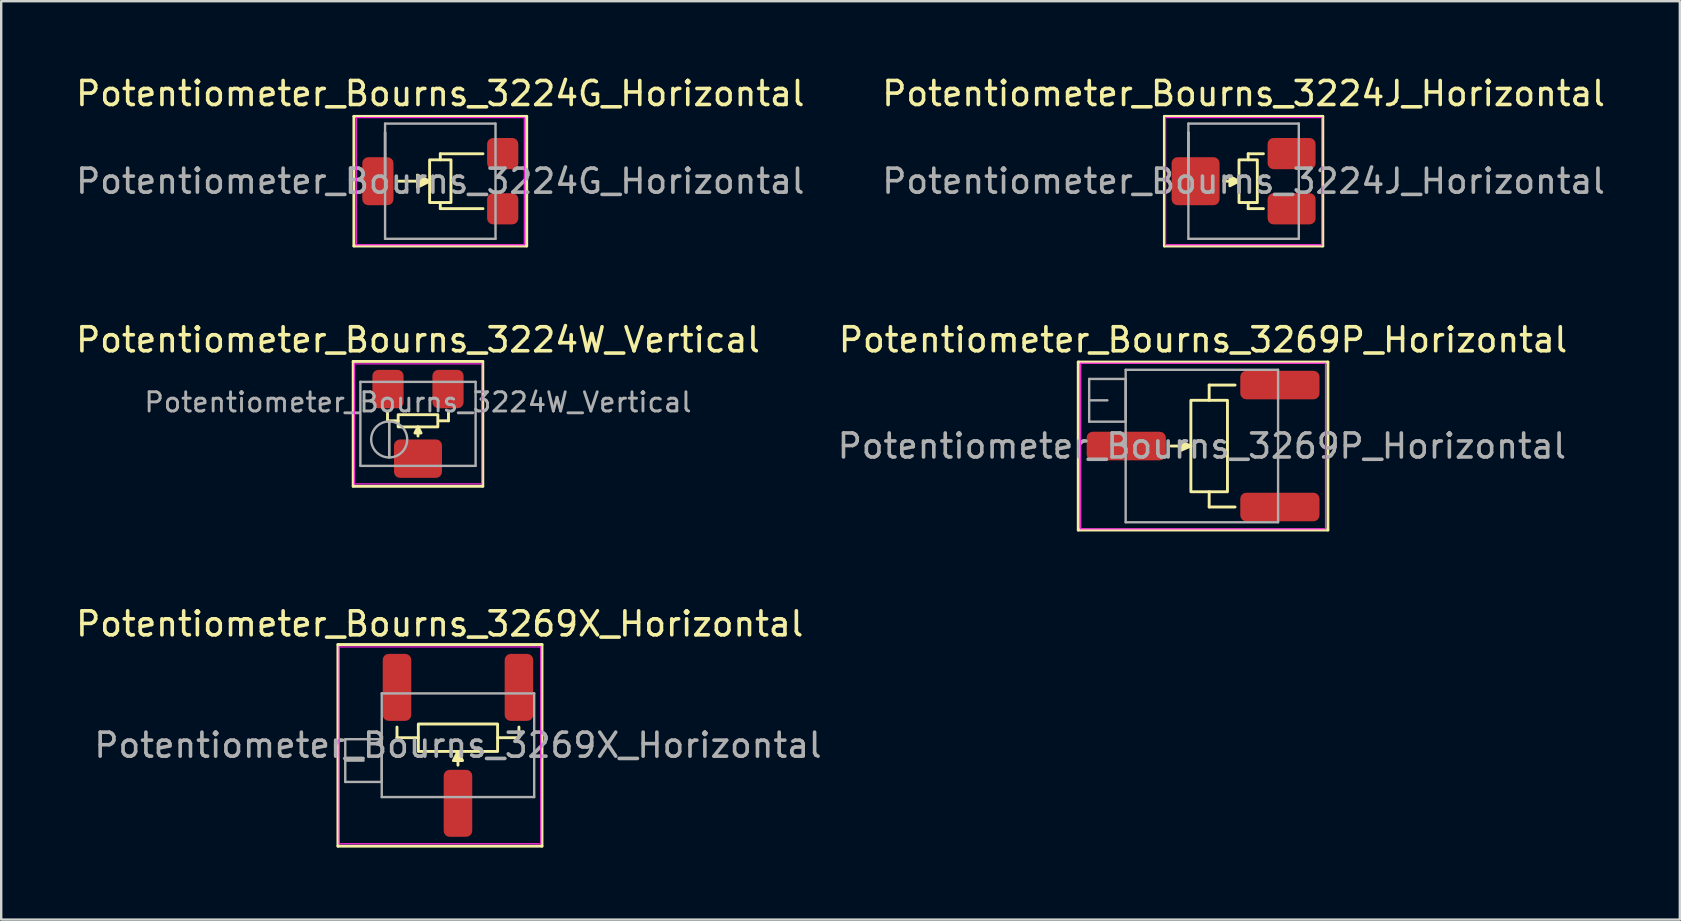
<source format=kicad_pcb>
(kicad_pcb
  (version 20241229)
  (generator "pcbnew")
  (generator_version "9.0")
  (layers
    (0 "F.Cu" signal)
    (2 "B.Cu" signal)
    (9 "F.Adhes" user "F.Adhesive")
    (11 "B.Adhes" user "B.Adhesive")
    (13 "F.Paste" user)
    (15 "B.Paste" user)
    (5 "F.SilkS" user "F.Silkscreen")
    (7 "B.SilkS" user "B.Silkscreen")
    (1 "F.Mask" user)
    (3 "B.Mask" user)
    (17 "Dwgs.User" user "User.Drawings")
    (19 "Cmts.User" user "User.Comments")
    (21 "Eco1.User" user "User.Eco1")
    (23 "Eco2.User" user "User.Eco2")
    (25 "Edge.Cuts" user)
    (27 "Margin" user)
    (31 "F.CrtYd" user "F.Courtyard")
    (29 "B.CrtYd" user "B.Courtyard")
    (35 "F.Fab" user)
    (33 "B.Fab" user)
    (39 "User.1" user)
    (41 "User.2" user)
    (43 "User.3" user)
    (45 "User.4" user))
  (footprint "Potentiometer_Bourns_3269P_Horizontal"
    (layer "F.Cu")
    (at 47.068 15.531)
    (property "Reference" "Potentiometer_Bourns_3269P_Horizontal" (at 0 -4.425 0) (layer "F.SilkS") (effects (font (size 1 1) (thickness 0.15))))
    (attr smd)
    (fp_line (start -5.2 -3.5) (end 5.2 -3.5) (stroke (width 0.12) (type solid)) (layer "F.SilkS"))
    (fp_line (start -5.2 3.5) (end -5.2 -3.5) (stroke (width 0.12) (type solid)) (layer "F.SilkS"))
    (fp_line (start -0.508 0) (end -1.333 0) (stroke (width 0.12) (type solid)) (layer "F.SilkS"))
    (fp_line (start 0.254 -2.54) (end 1.333 -2.54) (stroke (width 0.12) (type solid)) (layer "F.SilkS"))
    (fp_line (start 0.254 -1.905) (end 0.254 -2.54) (stroke (width 0.12) (type solid)) (layer "F.SilkS"))
    (fp_line (start 0.254 1.905) (end 0.254 2.54) (stroke (width 0.12) (type solid)) (layer "F.SilkS"))
    (fp_line (start 0.254 2.54) (end 1.333 2.54) (stroke (width 0.12) (type solid)) (layer "F.SilkS"))
    (fp_line (start 5.2 -3.5) (end 5.2 3.5) (stroke (width 0.12) (type solid)) (layer "F.SilkS"))
    (fp_line (start 5.2 3.5) (end -5.2 3.5) (stroke (width 0.12) (type solid)) (layer "F.SilkS"))
    (fp_rect (start -0.508 -1.905) (end 1.016 1.905) (stroke (width 0.12) (type solid)) (fill no) (layer "F.SilkS"))
    (fp_poly (pts (xy -0.508 0) (xy -0.953 0.191) (xy -0.953 -0.191)) (stroke (width 0.12) (type solid)) (fill yes) (layer "F.SilkS"))
    (fp_line (start -5.1 -3.45) (end -5.1 3.45) (stroke (width 0.05) (type solid)) (layer "F.CrtYd"))
    (fp_line (start -5.1 3.45) (end 5.1 3.45) (stroke (width 0.05) (type solid)) (layer "F.CrtYd"))
    (fp_line (start 5.1 -3.45) (end -5.1 -3.45) (stroke (width 0.05) (type solid)) (layer "F.CrtYd"))
    (fp_line (start 5.1 3.45) (end 5.1 -3.45) (stroke (width 0.05) (type solid)) (layer "F.CrtYd"))
    (fp_line (start -4.745 -2.795) (end -4.745 -1.015) (stroke (width 0.1) (type solid)) (layer "F.Fab"))
    (fp_line (start -4.745 -1.905) (end -3.985 -1.905) (stroke (width 0.1) (type solid)) (layer "F.Fab"))
    (fp_line (start -4.745 -1.015) (end -3.225 -1.015) (stroke (width 0.1) (type solid)) (layer "F.Fab"))
    (fp_line (start -3.225 -3.175) (end -3.225 3.175) (stroke (width 0.1) (type solid)) (layer "F.Fab"))
    (fp_line (start -3.225 -2.795) (end -4.745 -2.795) (stroke (width 0.1) (type solid)) (layer "F.Fab"))
    (fp_line (start -3.225 -1.015) (end -3.225 -2.795) (stroke (width 0.1) (type solid)) (layer "F.Fab"))
    (fp_line (start -3.225 3.175) (end 3.125 3.175) (stroke (width 0.1) (type solid)) (layer "F.Fab"))
    (fp_line (start 3.125 -3.175) (end -3.225 -3.175) (stroke (width 0.1) (type solid)) (layer "F.Fab"))
    (fp_line (start 3.125 3.175) (end 3.125 -3.175) (stroke (width 0.1) (type solid)) (layer "F.Fab"))
    (fp_text user "${REFERENCE}" (at -0.05 0 0) (layer "F.Fab") (effects (font (size 1 1) (thickness 0.15))))
    (pad "1" smd roundrect (at 3.2 -2.54) (size 3.3 1.19) (layers "F.Cu" "F.Mask" "F.Paste") (roundrect_rratio 0.21))
    (pad "2" smd roundrect (at -3.2 0) (size 3.3 1.19) (layers "F.Cu" "F.Mask" "F.Paste") (roundrect_rratio 0.21))
    (pad "3" smd roundrect (at 3.2 2.54) (size 3.3 1.19) (layers "F.Cu" "F.Mask" "F.Paste") (roundrect_rratio 0.21)))
  (footprint "Potentiometer_Bourns_3224G_Horizontal"
    (layer "F.Cu")
    (at 15.292 4.498)
    (property "Reference" "Potentiometer_Bourns_3224G_Horizontal" (at 0 -3.65 0) (layer "F.SilkS") (effects (font (size 1 1) (thickness 0.15))))
    (attr smd)
    (fp_line (start -3.6 -2.7) (end 3.6 -2.7) (stroke (width 0.12) (type solid)) (layer "F.SilkS"))
    (fp_line (start -3.6 2.7) (end -3.6 -2.7) (stroke (width 0.12) (type solid)) (layer "F.SilkS"))
    (fp_line (start -1.778 0) (end -0.445 0) (stroke (width 0.12) (type solid)) (layer "F.SilkS"))
    (fp_line (start 0 -1.143) (end 0 -0.889) (stroke (width 0.12) (type solid)) (layer "F.SilkS"))
    (fp_line (start 0 1.143) (end 0 0.889) (stroke (width 0.12) (type solid)) (layer "F.SilkS"))
    (fp_line (start 1.778 -1.143) (end 0 -1.143) (stroke (width 0.12) (type solid)) (layer "F.SilkS"))
    (fp_line (start 1.778 1.143) (end 0 1.143) (stroke (width 0.12) (type solid)) (layer "F.SilkS"))
    (fp_line (start 3.6 -2.7) (end 3.6 2.7) (stroke (width 0.12) (type solid)) (layer "F.SilkS"))
    (fp_line (start 3.6 2.7) (end -3.6 2.7) (stroke (width 0.12) (type solid)) (layer "F.SilkS"))
    (fp_rect (start -0.445 -0.889) (end 0.445 0.889) (stroke (width 0.12) (type solid)) (fill no) (layer "F.SilkS"))
    (fp_poly (pts (xy -0.445 0) (xy -0.953 0.254) (xy -0.953 -0.254)) (stroke (width 0.12) (type solid)) (fill yes) (layer "F.SilkS"))
    (fp_line (start -3.5 -2.65) (end -3.5 2.65) (stroke (width 0.05) (type solid)) (layer "F.CrtYd"))
    (fp_line (start -3.5 2.65) (end 3.5 2.65) (stroke (width 0.05) (type solid)) (layer "F.CrtYd"))
    (fp_line (start 3.5 -2.65) (end -3.5 -2.65) (stroke (width 0.05) (type solid)) (layer "F.CrtYd"))
    (fp_line (start 3.5 2.65) (end 3.5 -2.65) (stroke (width 0.05) (type solid)) (layer "F.CrtYd"))
    (fp_line (start -2.3 -2.4) (end -2.3 2.4) (stroke (width 0.1) (type solid)) (layer "F.Fab"))
    (fp_line (start -2.3 -2.02) (end -2.3 -2.02) (stroke (width 0.1) (type solid)) (layer "F.Fab"))
    (fp_line (start -2.3 -2.02) (end -2.3 -0.24) (stroke (width 0.1) (type solid)) (layer "F.Fab"))
    (fp_line (start -2.3 -1.13) (end -2.3 -1.13) (stroke (width 0.1) (type solid)) (layer "F.Fab"))
    (fp_line (start -2.3 -0.24) (end -2.3 -2.02) (stroke (width 0.1) (type solid)) (layer "F.Fab"))
    (fp_line (start -2.3 -0.24) (end -2.3 -0.24) (stroke (width 0.1) (type solid)) (layer "F.Fab"))
    (fp_line (start -2.3 2.4) (end 2.3 2.4) (stroke (width 0.1) (type solid)) (layer "F.Fab"))
    (fp_line (start 2.3 -2.4) (end -2.3 -2.4) (stroke (width 0.1) (type solid)) (layer "F.Fab"))
    (fp_line (start 2.3 2.4) (end 2.3 -2.4) (stroke (width 0.1) (type solid)) (layer "F.Fab"))
    (fp_text user "${REFERENCE}" (at 0 0 0) (layer "F.Fab") (effects (font (size 1 1) (thickness 0.15))))
    (pad "1" smd roundrect (at 2.6 -1.15) (size 1.3 1.3) (layers "F.Cu" "F.Mask" "F.Paste") (roundrect_rratio 0.192))
    (pad "2" smd roundrect (at -2.6 0) (size 1.3 2) (layers "F.Cu" "F.Mask" "F.Paste") (roundrect_rratio 0.192))
    (pad "3" smd roundrect (at 2.6 1.15) (size 1.3 1.3) (layers "F.Cu" "F.Mask" "F.Paste") (roundrect_rratio 0.192)))
  (footprint "Potentiometer_Bourns_3224W_Vertical"
    (layer "F.Cu")
    (at 14.363 14.607)
    (property "Reference" "Potentiometer_Bourns_3224W_Vertical" (at 0 -3.5 0) (layer "F.SilkS") (effects (font (size 1 1) (thickness 0.15))))
    (attr smd)
    (fp_line (start -2.7 -2.6) (end -2.7 2.6) (stroke (width 0.12) (type solid)) (layer "F.SilkS"))
    (fp_line (start -2.7 2.6) (end 2.7 2.6) (stroke (width 0.12) (type solid)) (layer "F.SilkS"))
    (fp_line (start -1.27 -0.508) (end -1.27 -0.127) (stroke (width 0.12) (type solid)) (layer "F.SilkS"))
    (fp_line (start -1.27 -0.127) (end -0.826 -0.127) (stroke (width 0.12) (type solid)) (layer "F.SilkS"))
    (fp_line (start 0 0.508) (end 0 0.127) (stroke (width 0.12) (type solid)) (layer "F.SilkS"))
    (fp_line (start 1.27 -0.508) (end 1.27 -0.127) (stroke (width 0.12) (type solid)) (layer "F.SilkS"))
    (fp_line (start 1.27 -0.127) (end 0.889 -0.127) (stroke (width 0.12) (type solid)) (layer "F.SilkS"))
    (fp_line (start 2.7 -2.6) (end -2.7 -2.6) (stroke (width 0.12) (type solid)) (layer "F.SilkS"))
    (fp_line (start 2.7 2.6) (end 2.7 -2.6) (stroke (width 0.12) (type solid)) (layer "F.SilkS"))
    (fp_rect (start -0.826 0.127) (end 0.826 -0.381) (stroke (width 0.12) (type solid)) (fill no) (layer "F.SilkS"))
    (fp_poly (pts (xy 0 0.127) (xy 0.127 0.381) (xy -0.127 0.381)) (stroke (width 0.12) (type solid)) (fill yes) (layer "F.SilkS"))
    (fp_line (start -2.65 -2.5) (end -2.65 2.5) (stroke (width 0.05) (type solid)) (layer "F.CrtYd"))
    (fp_line (start -2.65 2.5) (end 2.65 2.5) (stroke (width 0.05) (type solid)) (layer "F.CrtYd"))
    (fp_line (start 2.65 -2.5) (end -2.65 -2.5) (stroke (width 0.05) (type solid)) (layer "F.CrtYd"))
    (fp_line (start 2.65 2.5) (end 2.65 -2.5) (stroke (width 0.05) (type solid)) (layer "F.CrtYd"))
    (fp_line (start -2.4 -1.75) (end -2.4 1.75) (stroke (width 0.1) (type solid)) (layer "F.Fab"))
    (fp_line (start -2.4 1.75) (end 2.4 1.75) (stroke (width 0.1) (type solid)) (layer "F.Fab"))
    (fp_line (start -1.2 1.393) (end -1.199 -0.092) (stroke (width 0.1) (type solid)) (layer "F.Fab"))
    (fp_line (start -1.2 1.393) (end -1.199 -0.092) (stroke (width 0.1) (type solid)) (layer "F.Fab"))
    (fp_line (start 2.4 -1.75) (end -2.4 -1.75) (stroke (width 0.1) (type solid)) (layer "F.Fab"))
    (fp_line (start 2.4 1.75) (end 2.4 -1.75) (stroke (width 0.1) (type solid)) (layer "F.Fab"))
    (fp_circle (center -1.2 0.65) (end -0.45 0.65) (stroke (width 0.1) (type solid)) (fill no) (layer "F.Fab"))
    (fp_text user "${REFERENCE}" (at 0 -0.9 0) (layer "F.Fab") (effects (font (size 0.8 0.8) (thickness 0.12))))
    (pad "1" smd roundrect (at 1.25 -1.45) (size 1.3 1.6) (layers "F.Cu" "F.Mask" "F.Paste") (roundrect_rratio 0.192))
    (pad "2" smd roundrect (at 0 1.45) (size 2 1.6) (layers "F.Cu" "F.Mask" "F.Paste") (roundrect_rratio 0.156))
    (pad "3" smd roundrect (at -1.25 -1.45) (size 1.3 1.6) (layers "F.Cu" "F.Mask" "F.Paste") (roundrect_rratio 0.192)))
  (footprint "Potentiometer_Bourns_3269X_Horizontal"
    (layer "F.Cu")
    (at 16.028 28)
    (property "Reference" "Potentiometer_Bourns_3269X_Horizontal" (at -0.76 -5.06 0) (layer "F.SilkS") (effects (font (size 1 1) (thickness 0.15))))
    (attr smd)
    (fp_line (start -5 -4.2) (end -5 4.2) (stroke (width 0.12) (type solid)) (layer "F.SilkS"))
    (fp_line (start -5 4.2) (end 3.5 4.2) (stroke (width 0.12) (type solid)) (layer "F.SilkS"))
    (fp_line (start -2.54 -0.318) (end -2.54 -0.762) (stroke (width 0.12) (type solid)) (layer "F.SilkS"))
    (fp_line (start -1.651 -0.318) (end -2.54 -0.318) (stroke (width 0.12) (type solid)) (layer "F.SilkS"))
    (fp_line (start 0 0.254) (end 0 0.826) (stroke (width 0.12) (type solid)) (layer "F.SilkS"))
    (fp_line (start 1.651 -0.318) (end 2.54 -0.318) (stroke (width 0.12) (type solid)) (layer "F.SilkS"))
    (fp_line (start 2.54 -0.318) (end 2.54 -0.762) (stroke (width 0.12) (type solid)) (layer "F.SilkS"))
    (fp_line (start 3.5 -4.2) (end -5 -4.2) (stroke (width 0.12) (type solid)) (layer "F.SilkS"))
    (fp_line (start 3.5 4.2) (end 3.5 -4.2) (stroke (width 0.12) (type solid)) (layer "F.SilkS"))
    (fp_rect (start -1.651 -0.889) (end 1.651 0.254) (stroke (width 0.12) (type solid)) (fill no) (layer "F.SilkS"))
    (fp_poly (pts (xy 0 0.254) (xy 0.191 0.635) (xy -0.191 0.635) (xy 0 0.254)) (stroke (width 0.12) (type solid)) (fill yes) (layer "F.SilkS"))
    (fp_line (start -4.95 -4.1) (end -4.95 4.1) (stroke (width 0.05) (type solid)) (layer "F.CrtYd"))
    (fp_line (start -4.95 4.1) (end 3.45 4.1) (stroke (width 0.05) (type solid)) (layer "F.CrtYd"))
    (fp_line (start 3.45 -4.1) (end -4.95 -4.1) (stroke (width 0.05) (type solid)) (layer "F.CrtYd"))
    (fp_line (start 3.45 4.1) (end 3.45 -4.1) (stroke (width 0.05) (type solid)) (layer "F.CrtYd"))
    (fp_line (start -4.695 -0.255) (end -4.695 1.525) (stroke (width 0.1) (type solid)) (layer "F.Fab"))
    (fp_line (start -4.695 0.635) (end -3.935 0.635) (stroke (width 0.1) (type solid)) (layer "F.Fab"))
    (fp_line (start -4.695 1.525) (end -3.175 1.525) (stroke (width 0.1) (type solid)) (layer "F.Fab"))
    (fp_line (start -3.175 -2.165) (end -3.175 2.155) (stroke (width 0.1) (type solid)) (layer "F.Fab"))
    (fp_line (start -3.175 -0.255) (end -4.695 -0.255) (stroke (width 0.1) (type solid)) (layer "F.Fab"))
    (fp_line (start -3.175 1.525) (end -3.175 -0.255) (stroke (width 0.1) (type solid)) (layer "F.Fab"))
    (fp_line (start -3.175 2.155) (end 3.175 2.155) (stroke (width 0.1) (type solid)) (layer "F.Fab"))
    (fp_line (start 3.175 -2.165) (end -3.175 -2.165) (stroke (width 0.1) (type solid)) (layer "F.Fab"))
    (fp_line (start 3.175 2.155) (end 3.175 -2.165) (stroke (width 0.1) (type solid)) (layer "F.Fab"))
    (fp_text user "${REFERENCE}" (at 0 -0.005 0) (layer "F.Fab") (effects (font (size 1 1) (thickness 0.15))))
    (pad "1" smd roundrect (at 2.54 -2.415) (size 1.19 2.79) (layers "F.Cu" "F.Mask" "F.Paste") (roundrect_rratio 0.21))
    (pad "2" smd roundrect (at 0 2.415) (size 1.19 2.79) (layers "F.Cu" "F.Mask" "F.Paste") (roundrect_rratio 0.21))
    (pad "3" smd roundrect (at -2.54 -2.415) (size 1.19 2.79) (layers "F.Cu" "F.Mask" "F.Paste") (roundrect_rratio 0.21)))
  (footprint "Potentiometer_Bourns_3224J_Horizontal"
    (layer "F.Cu")
    (at 48.756 4.498)
    (property "Reference" "Potentiometer_Bourns_3224J_Horizontal" (at 0 -3.65 0) (layer "F.SilkS") (effects (font (size 1 1) (thickness 0.15))))
    (attr smd)
    (fp_line (start -3.3 -2.7) (end 3.3 -2.7) (stroke (width 0.12) (type solid)) (layer "F.SilkS"))
    (fp_line (start -3.3 2.7) (end -3.3 -2.7) (stroke (width 0.12) (type solid)) (layer "F.SilkS"))
    (fp_line (start -0.826 0) (end -0.191 0) (stroke (width 0.12) (type solid)) (layer "F.SilkS"))
    (fp_line (start 0.191 -1.143) (end 0.191 -0.889) (stroke (width 0.12) (type solid)) (layer "F.SilkS"))
    (fp_line (start 0.191 1.143) (end 0.191 0.889) (stroke (width 0.12) (type solid)) (layer "F.SilkS"))
    (fp_line (start 0.826 -1.143) (end 0.191 -1.143) (stroke (width 0.12) (type solid)) (layer "F.SilkS"))
    (fp_line (start 0.826 1.143) (end 0.191 1.143) (stroke (width 0.12) (type solid)) (layer "F.SilkS"))
    (fp_line (start 3.3 -2.7) (end 3.3 2.7) (stroke (width 0.12) (type solid)) (layer "F.SilkS"))
    (fp_line (start 3.3 2.7) (end -3.3 2.7) (stroke (width 0.12) (type solid)) (layer "F.SilkS"))
    (fp_rect (start -0.191 -0.889) (end 0.572 0.889) (stroke (width 0.12) (type solid)) (fill no) (layer "F.SilkS"))
    (fp_poly (pts (xy -0.191 0) (xy -0.572 0.191) (xy -0.572 -0.191)) (stroke (width 0.12) (type solid)) (fill yes) (layer "F.SilkS"))
    (fp_line (start -3.25 -2.65) (end -3.25 2.65) (stroke (width 0.05) (type solid)) (layer "F.CrtYd"))
    (fp_line (start -3.25 2.65) (end 3.25 2.65) (stroke (width 0.05) (type solid)) (layer "F.CrtYd"))
    (fp_line (start 3.25 -2.65) (end -3.25 -2.65) (stroke (width 0.05) (type solid)) (layer "F.CrtYd"))
    (fp_line (start 3.25 2.65) (end 3.25 -2.65) (stroke (width 0.05) (type solid)) (layer "F.CrtYd"))
    (fp_line (start -2.3 -2.4) (end -2.3 2.4) (stroke (width 0.1) (type solid)) (layer "F.Fab"))
    (fp_line (start -2.3 -2.02) (end -2.3 -2.02) (stroke (width 0.1) (type solid)) (layer "F.Fab"))
    (fp_line (start -2.3 -2.02) (end -2.3 -0.24) (stroke (width 0.1) (type solid)) (layer "F.Fab"))
    (fp_line (start -2.3 -1.13) (end -2.3 -1.13) (stroke (width 0.1) (type solid)) (layer "F.Fab"))
    (fp_line (start -2.3 -0.24) (end -2.3 -2.02) (stroke (width 0.1) (type solid)) (layer "F.Fab"))
    (fp_line (start -2.3 -0.24) (end -2.3 -0.24) (stroke (width 0.1) (type solid)) (layer "F.Fab"))
    (fp_line (start -2.3 2.4) (end 2.3 2.4) (stroke (width 0.1) (type solid)) (layer "F.Fab"))
    (fp_line (start 2.3 -2.4) (end -2.3 -2.4) (stroke (width 0.1) (type solid)) (layer "F.Fab"))
    (fp_line (start 2.3 2.4) (end 2.3 -2.4) (stroke (width 0.1) (type solid)) (layer "F.Fab"))
    (fp_text user "${REFERENCE}" (at 0 0 0) (layer "F.Fab") (effects (font (size 1 1) (thickness 0.15))))
    (pad "1" smd roundrect (at 2 -1.15) (size 2 1.3) (layers "F.Cu" "F.Mask" "F.Paste") (roundrect_rratio 0.192))
    (pad "2" smd roundrect (at -2 0) (size 2 2) (layers "F.Cu" "F.Mask" "F.Paste") (roundrect_rratio 0.125))
    (pad "3" smd roundrect (at 2 1.15) (size 2 1.3) (layers "F.Cu" "F.Mask" "F.Paste") (roundrect_rratio 0.192)))
  (gr_rect
    (start -3 -3)
    (end 66.929 35.26)
    (stroke (width 0.1) (type default))
    (fill no)
    (layer "Edge.Cuts")))
</source>
